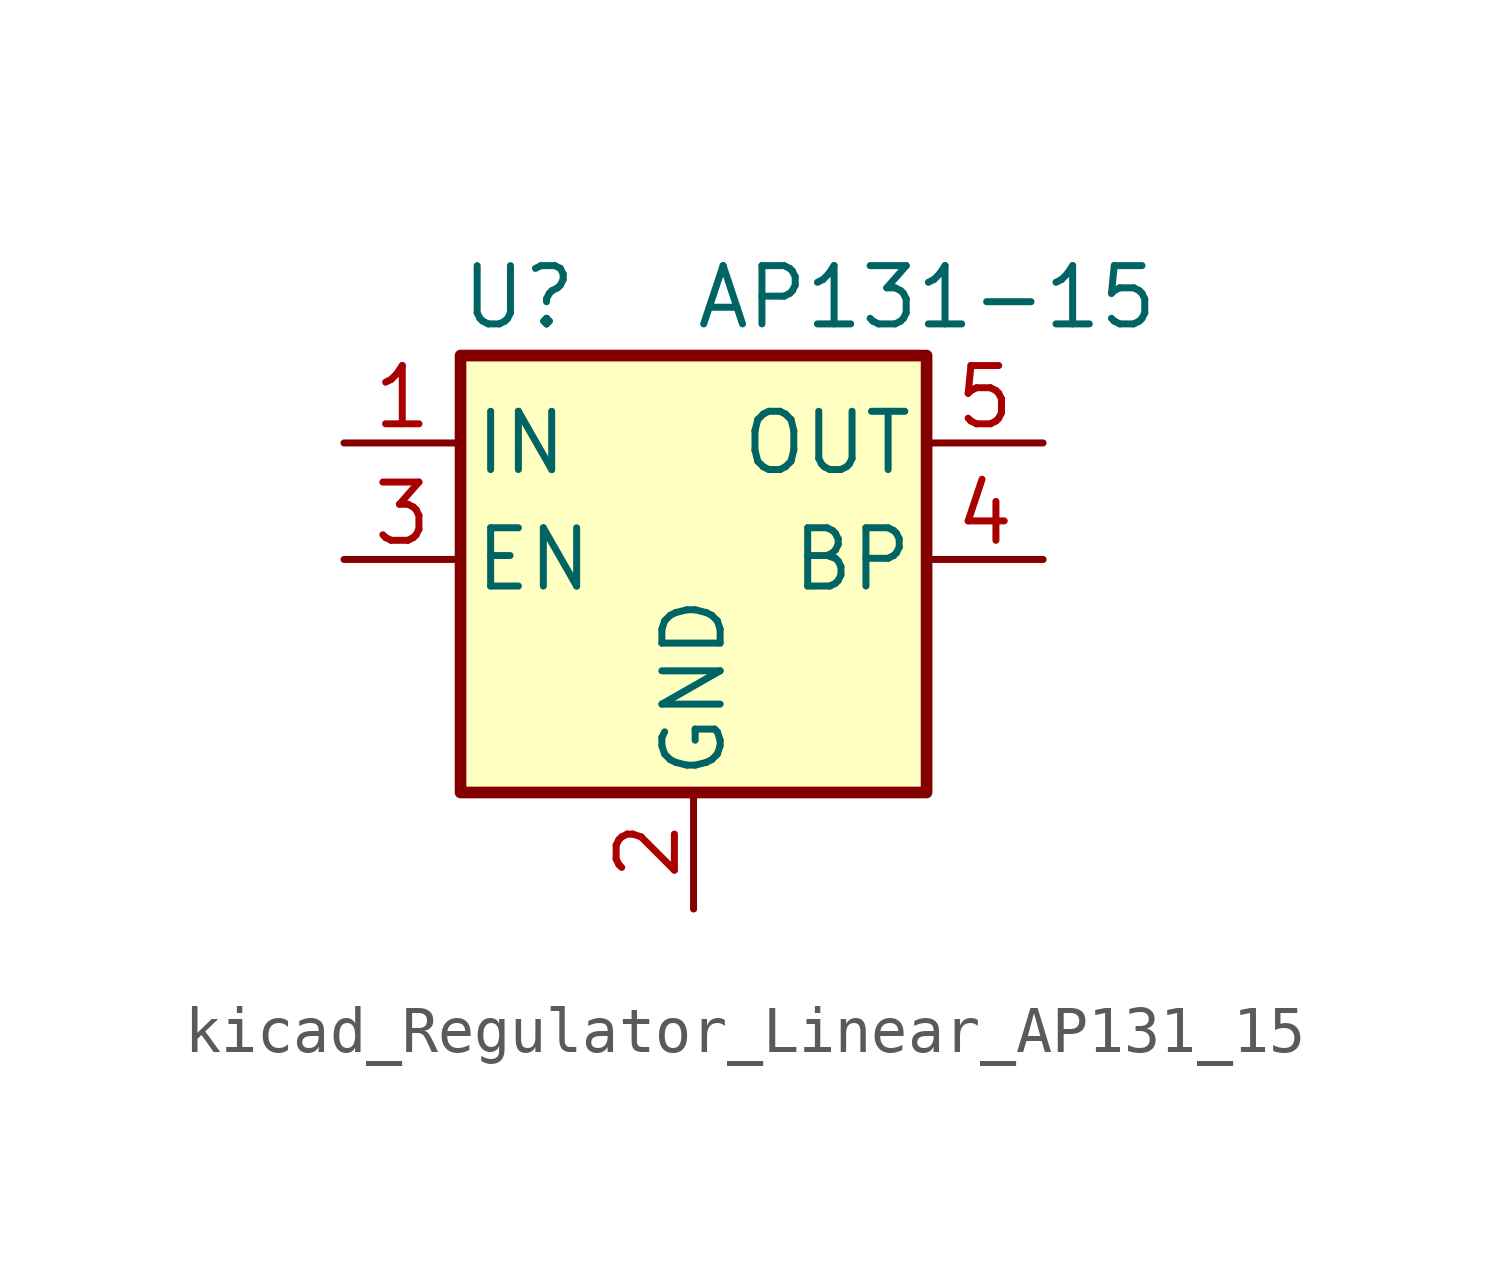
<source format=kicad_sym>
(kicad_symbol_lib
  (version 20220914)
  (generator kicad_symbol_editor)
  (symbol "kicad_Regulator_Linear_AP131_15"
    (pin_names
      (offset 0.254))
    (property "Reference" "U"
      (at -3.81 5.715 0)
      (effects (font (size 1.27 1.27))))
    (property "Value" "AP131-15"
      (at 0 5.715 0)
      (effects (font (size 1.27 1.27)) (justify left)))
    (symbol "kicad_Regulator_Linear_AP131_15_0_1"
      (rectangle (start -5.08 4.445) (end 5.08 -5.08) (stroke (width 0.254) (type default)) (fill (type background))))
    (symbol "kicad_Regulator_Linear_AP131_15_1_1"
      (pin power_in line (at -7.62 2.54 0) (length 2.54) (name "IN" (effects (font (size 1.27 1.27)))) (number "1" (effects (font (size 1.27 1.27)))))
      (pin power_in line (at 0 -7.62 90) (length 2.54) (name "GND" (effects (font (size 1.27 1.27)))) (number "2" (effects (font (size 1.27 1.27)))))
      (pin input line (at -7.62 0 0) (length 2.54) (name "EN" (effects (font (size 1.27 1.27)))) (number "3" (effects (font (size 1.27 1.27)))))
      (pin input line (at 7.62 0 180) (length 2.54) (name "BP" (effects (font (size 1.27 1.27)))) (number "4" (effects (font (size 1.27 1.27)))))
      (pin power_out line (at 7.62 2.54 180) (length 2.54) (name "OUT" (effects (font (size 1.27 1.27)))) (number "5" (effects (font (size 1.27 1.27))))))))
</source>
